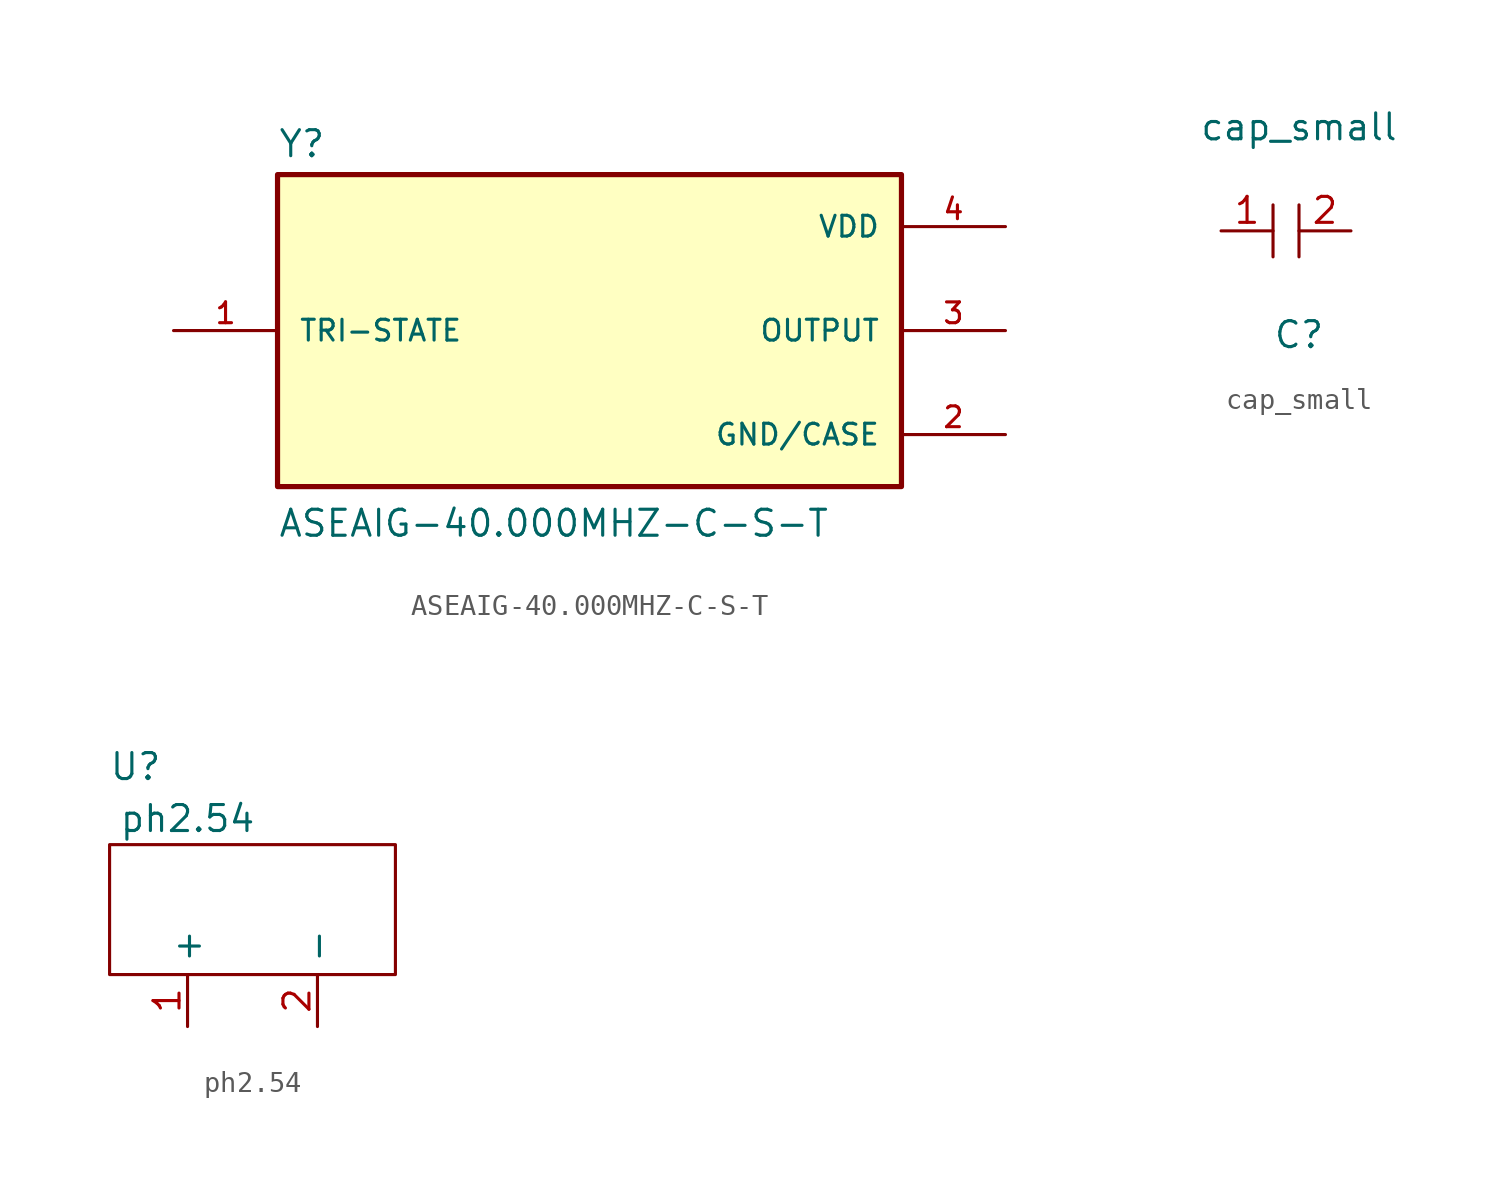
<source format=kicad_sym>
(kicad_symbol_lib
  (version 20211014)
  (generator kicad_symbol_editor)
  (symbol "ASEAIG-40.000MHZ-C-S-T"
    (pin_names
      (offset 1.016))
    (property "Reference" "Y"
      (at -15.24 8.382 0)
      (effects (font (size 1.27 1.27)) (justify left bottom)))
    (property "Value" "ASEAIG-40.000MHZ-C-S-T"
      (at -15.24 -10.16 0)
      (effects (font (size 1.27 1.27)) (justify left bottom)))
    (symbol "ASEAIG-40.000MHZ-C-S-T_0_0"
      (rectangle (start -15.24 -7.62) (end 15.24 7.62) (stroke (width 0.254) (type default) (color 0 0 0 0)) (fill (type background)))
      (pin passive line (at -20.32 0 0) (length 5.08) (name "TRI-STATE" (effects (font (size 1.016 1.016)))) (number "1" (effects (font (size 1.016 1.016)))))
      (pin power_in line (at 20.32 -5.08 180) (length 5.08) (name "GND/CASE" (effects (font (size 1.016 1.016)))) (number "2" (effects (font (size 1.016 1.016)))))
      (pin output line (at 20.32 0 180) (length 5.08) (name "OUTPUT" (effects (font (size 1.016 1.016)))) (number "3" (effects (font (size 1.016 1.016)))))
      (pin power_in line (at 20.32 5.08 180) (length 5.08) (name "VDD" (effects (font (size 1.016 1.016)))) (number "4" (effects (font (size 1.016 1.016)))))))
  (symbol "cap_small"
    (property "Reference" "C"
      (at 5.08 -5.08 0)
      (effects (font (size 1.27 1.27))))
    (property "Value" "cap_small"
      (at 5.08 5.08 0)
      (effects (font (size 1.27 1.27))))
    (symbol "cap_small_0_1"
      (polyline (pts (xy 3.81 1.27) (xy 3.81 -1.27)) (stroke (width 0) (type default) (color 0 0 0 0)) (fill (type none)))
      (polyline (pts (xy 5.08 1.27) (xy 5.08 -1.27)) (stroke (width 0) (type default) (color 0 0 0 0)) (fill (type none))))
    (symbol "cap_small_1_1"
      (pin bidirectional line (at 1.27 0 0) (length 2.54) (name "" (effects (font (size 1.27 1.27)))) (number "1" (effects (font (size 1.27 1.27)))))
      (pin bidirectional line (at 7.62 0 180) (length 2.54) (name "" (effects (font (size 1.27 1.27)))) (number "2" (effects (font (size 1.27 1.27)))))))
  (symbol "ph2.54"
    (property "Reference" "U"
      (at 1.27 3.81 0)
      (effects (font (size 1.27 1.27))))
    (property "Value" "ph2.54"
      (at 3.81 1.27 0)
      (effects (font (size 1.27 1.27))))
    (symbol "ph2.54_0_1"
      (rectangle (start 0 0) (end 13.97 -6.35) (stroke (width 0) (type default) (color 0 0 0 0)) (fill (type none))))
    (symbol "ph2.54_1_1"
      (pin bidirectional line (at 3.81 -8.89 90) (length 2.54) (name "+" (effects (font (size 1.27 1.27)))) (number "1" (effects (font (size 1.27 1.27)))))
      (pin bidirectional line (at 10.16 -8.89 90) (length 2.54) (name "-" (effects (font (size 1.27 1.27)))) (number "2" (effects (font (size 1.27 1.27))))))))
</source>
